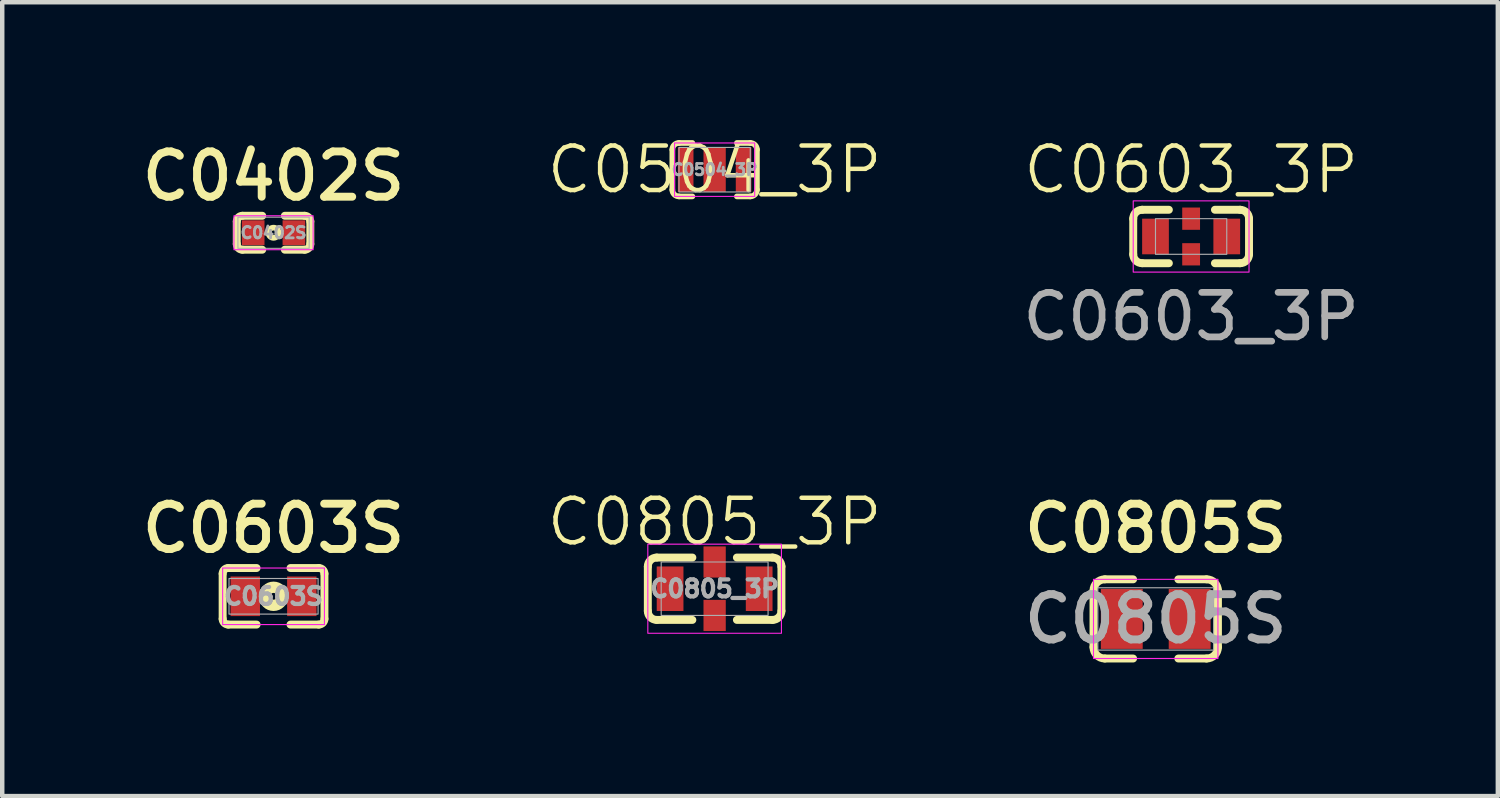
<source format=kicad_pcb>
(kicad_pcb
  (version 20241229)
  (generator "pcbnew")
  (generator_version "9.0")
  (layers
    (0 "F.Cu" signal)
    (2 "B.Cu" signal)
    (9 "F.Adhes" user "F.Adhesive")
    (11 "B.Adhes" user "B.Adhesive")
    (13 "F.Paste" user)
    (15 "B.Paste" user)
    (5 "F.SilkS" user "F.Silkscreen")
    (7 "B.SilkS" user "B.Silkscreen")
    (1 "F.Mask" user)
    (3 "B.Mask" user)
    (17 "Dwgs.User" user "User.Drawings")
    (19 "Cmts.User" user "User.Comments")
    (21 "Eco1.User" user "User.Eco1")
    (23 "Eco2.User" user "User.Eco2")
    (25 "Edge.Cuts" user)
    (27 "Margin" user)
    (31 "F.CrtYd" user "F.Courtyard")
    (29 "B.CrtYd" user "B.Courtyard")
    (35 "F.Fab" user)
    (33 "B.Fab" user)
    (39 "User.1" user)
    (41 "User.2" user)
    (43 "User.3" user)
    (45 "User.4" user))
  (footprint "C0603S"
    (layer "F.Cu")
    (at 3.092 10.339)
    (property "Reference" "C0603S" (at 0 -1.524 0) (layer "F.SilkS") (effects (font (size 1.016 1.016) (thickness 0.178))))
    (attr smd)
    (fp_line (start -1.143 -0.508) (end -1.143 0.508) (stroke (width 0.178) (type solid)) (layer "F.SilkS"))
    (fp_line (start -1.016 0.635) (end -0.381 0.635) (stroke (width 0.178) (type solid)) (layer "F.SilkS"))
    (fp_line (start -0.381 -0.635) (end -1.016 -0.635) (stroke (width 0.178) (type solid)) (layer "F.SilkS"))
    (fp_line (start 0.381 0.635) (end 1.016 0.635) (stroke (width 0.178) (type solid)) (layer "F.SilkS"))
    (fp_line (start 1.016 -0.635) (end 0.381 -0.635) (stroke (width 0.178) (type solid)) (layer "F.SilkS"))
    (fp_line (start 1.143 0.508) (end 1.143 -0.508) (stroke (width 0.178) (type solid)) (layer "F.SilkS"))
    (fp_arc (start -1.143 -0.508) (mid -1.105803 -0.597803) (end -1.016 -0.635) (stroke (width 0.1778) (type solid)) (layer "F.SilkS"))
    (fp_arc (start -1.016 0.635) (mid -1.105803 0.597803) (end -1.143 0.508) (stroke (width 0.1778) (type solid)) (layer "F.SilkS"))
    (fp_arc (start 1.016 -0.635) (mid 1.105803 -0.597803) (end 1.143 -0.508) (stroke (width 0.1778) (type solid)) (layer "F.SilkS"))
    (fp_arc (start 1.143 0.508) (mid 1.105803 0.597803) (end 1.016 0.635) (stroke (width 0.1778) (type solid)) (layer "F.SilkS"))
    (fp_circle (center 0 0) (end 0.076 0) (stroke (width 0.254) (type solid)) (fill no) (layer "F.SilkS"))
    (fp_rect (start -1.143 -0.635) (end 1.143 0.635) (stroke (width 0.025) (type solid)) (fill no) (layer "F.CrtYd"))
    (fp_rect (start -1 -0.4) (end 1 0.4) (stroke (width 0.025) (type solid)) (fill no) (layer "F.Fab"))
    (fp_text user "${REFERENCE}" (at 0 0 0) (layer "F.Fab") (effects (font (size 0.381 0.381) (thickness 0.095))))
    (pad "1" smd rect (at -0.635 0) (size 0.66 0.889) (layers "F.Cu" "F.Mask" "F.Paste"))
    (pad "2" smd rect (at 0.635 0) (size 0.66 0.889) (layers "F.Cu" "F.Mask" "F.Paste")))
  (footprint "C0805S"
    (layer "F.Cu")
    (at 22.9 10.847)
    (property "Reference" "C0805S" (at 0 -2.032 0) (layer "F.SilkS") (effects (font (size 1.016 1.016) (thickness 0.178))))
    (attr smd)
    (fp_line (start -1.397 -0.635) (end -1.397 0.635) (stroke (width 0.178) (type solid)) (layer "F.SilkS"))
    (fp_line (start -1.143 -0.889) (end -0.508 -0.889) (stroke (width 0.178) (type solid)) (layer "F.SilkS"))
    (fp_line (start -1.143 0.889) (end -0.508 0.889) (stroke (width 0.178) (type solid)) (layer "F.SilkS"))
    (fp_line (start 0.508 -0.889) (end 1.143 -0.889) (stroke (width 0.178) (type solid)) (layer "F.SilkS"))
    (fp_line (start 0.508 0.889) (end 1.143 0.889) (stroke (width 0.178) (type solid)) (layer "F.SilkS"))
    (fp_line (start 1.397 -0.635) (end 1.397 0.635) (stroke (width 0.178) (type solid)) (layer "F.SilkS"))
    (fp_arc (start -1.397 -0.635) (mid -1.322605 -0.814605) (end -1.143 -0.889) (stroke (width 0.1778) (type solid)) (layer "F.SilkS"))
    (fp_arc (start -1.143 0.889) (mid -1.322605 0.814605) (end -1.397 0.635) (stroke (width 0.1778) (type solid)) (layer "F.SilkS"))
    (fp_arc (start 1.143 -0.889) (mid 1.322605 -0.814605) (end 1.397 -0.635) (stroke (width 0.1778) (type solid)) (layer "F.SilkS"))
    (fp_arc (start 1.397 0.635) (mid 1.322605 0.814605) (end 1.143 0.889) (stroke (width 0.1778) (type solid)) (layer "F.SilkS"))
    (fp_rect (start -1.397 -0.889) (end 1.397 0.889) (stroke (width 0.025) (type solid)) (fill no) (layer "F.CrtYd"))
    (fp_rect (start -1.3 -0.7) (end 1.3 0.7) (stroke (width 0.025) (type solid)) (fill no) (layer "F.Fab"))
    (fp_text user "${REFERENCE}" (at 0 0 0) (layer "F.Fab") (effects (font (size 1.016 1.016) (thickness 0.178))))
    (pad "1" smd rect (at -0.762 0) (size 0.94 1.346) (layers "F.Cu" "F.Mask" "F.Paste"))
    (pad "2" smd rect (at 0.762 0) (size 0.94 1.346) (layers "F.Cu" "F.Mask" "F.Paste")))
  (footprint "C0603_3P"
    (layer "F.Cu")
    (at 23.695 2.26)
    (property "Reference" "C0603_3P" (at 0 -1.5 0) (unlocked yes) (layer "F.SilkS") (effects (font (size 1 1) (thickness 0.1))))
    (attr smd)
    (fp_line (start -1.3 -0.4) (end -1.3 0.4) (stroke (width 0.178) (type solid)) (layer "F.SilkS"))
    (fp_line (start -0.5 -0.6) (end -1.1 -0.6) (stroke (width 0.178) (type solid)) (layer "F.SilkS"))
    (fp_line (start -0.5 0.6) (end -1.1 0.6) (stroke (width 0.178) (type solid)) (layer "F.SilkS"))
    (fp_line (start 1.1 -0.6) (end 0.535 -0.6) (stroke (width 0.178) (type solid)) (layer "F.SilkS"))
    (fp_line (start 1.1 0.6) (end 0.535 0.6) (stroke (width 0.178) (type solid)) (layer "F.SilkS"))
    (fp_line (start 1.3 -0.4) (end 1.3 0.4) (stroke (width 0.178) (type solid)) (layer "F.SilkS"))
    (fp_arc (start -1.300001 -0.400001) (mid -1.241422 -0.541422) (end -1.100001 -0.600001) (stroke (width 0.1778) (type solid)) (layer "F.SilkS"))
    (fp_arc (start -1.100001 0.600001) (mid -1.241422 0.541422) (end -1.300001 0.400001) (stroke (width 0.1778) (type solid)) (layer "F.SilkS"))
    (fp_arc (start 1.100001 -0.600001) (mid 1.241422 -0.541422) (end 1.300001 -0.400001) (stroke (width 0.1778) (type solid)) (layer "F.SilkS"))
    (fp_arc (start 1.300001 0.400001) (mid 1.241422 0.541422) (end 1.100001 0.600001) (stroke (width 0.1778) (type solid)) (layer "F.SilkS"))
    (fp_rect (start -1.3 -0.8) (end 1.3 0.8) (stroke (width 0.025) (type default)) (fill no) (layer "F.CrtYd"))
    (fp_rect (start -0.8 -0.4) (end 0.8 0.4) (stroke (width 0.025) (type default)) (fill no) (layer "F.Fab"))
    (fp_text user "${REFERENCE}" (at 0 1.8 0) (unlocked yes) (layer "F.Fab") (effects (font (size 1 1) (thickness 0.15))))
    (pad "1" smd rect (at -0.8 0) (size 0.6 0.8) (layers "F.Cu" "F.Mask" "F.Paste"))
    (pad "2" smd rect (at 0 -0.4) (size 0.4 0.5) (layers "F.Cu" "F.Mask" "F.Paste"))
    (pad "2" smd rect (at 0 0.4) (size 0.4 0.5) (layers "F.Cu" "F.Mask" "F.Paste"))
    (pad "3" smd rect (at 0.8 0) (size 0.6 0.8) (layers "F.Cu" "F.Mask" "F.Paste")))
  (footprint "C0805_3P"
    (layer "F.Cu")
    (at 12.996 10.169)
    (property "Reference" "C0805_3P" (at 0 -1.5 0) (unlocked yes) (layer "F.SilkS") (effects (font (size 1 1) (thickness 0.1))))
    (attr smd)
    (fp_line (start -1.5 -0.5) (end -1.5 0.5) (stroke (width 0.178) (type solid)) (layer "F.SilkS"))
    (fp_line (start -0.5 -0.7) (end -1.3 -0.7) (stroke (width 0.178) (type solid)) (layer "F.SilkS"))
    (fp_line (start -0.5 0.7) (end -1.3 0.7) (stroke (width 0.178) (type solid)) (layer "F.SilkS"))
    (fp_line (start 1.3 -0.7) (end 0.5 -0.7) (stroke (width 0.178) (type solid)) (layer "F.SilkS"))
    (fp_line (start 1.3 0.7) (end 0.5 0.7) (stroke (width 0.178) (type solid)) (layer "F.SilkS"))
    (fp_line (start 1.5 -0.5) (end 1.5 0.5) (stroke (width 0.178) (type solid)) (layer "F.SilkS"))
    (fp_arc (start -1.5 -0.5) (mid -1.441421 -0.641421) (end -1.3 -0.7) (stroke (width 0.1778) (type solid)) (layer "F.SilkS"))
    (fp_arc (start -1.3 0.7) (mid -1.441421 0.641421) (end -1.5 0.5) (stroke (width 0.1778) (type solid)) (layer "F.SilkS"))
    (fp_arc (start 1.3 -0.7) (mid 1.441421 -0.641421) (end 1.5 -0.5) (stroke (width 0.1778) (type solid)) (layer "F.SilkS"))
    (fp_arc (start 1.5 0.5) (mid 1.441421 0.641421) (end 1.3 0.7) (stroke (width 0.1778) (type solid)) (layer "F.SilkS"))
    (fp_rect (start -1.5 -1) (end 1.5 1) (stroke (width 0.025) (type default)) (fill no) (layer "F.CrtYd"))
    (fp_rect (start -1.2 -0.6) (end 1.2 0.6) (stroke (width 0.025) (type solid)) (fill no) (layer "F.Fab"))
    (fp_text user "${REFERENCE}" (at 0 0 0) (unlocked yes) (layer "F.Fab") (effects (font (size 0.381 0.381) (thickness 0.095))))
    (pad "1" smd rect (at -1 0) (size 0.6 1) (layers "F.Cu" "F.Mask" "F.Paste"))
    (pad "2" smd rect (at 0 -0.6) (size 0.5 0.7) (layers "F.Cu" "F.Mask" "F.Paste"))
    (pad "2" smd rect (at 0 0.6) (size 0.5 0.7) (layers "F.Cu" "F.Mask" "F.Paste"))
    (pad "3" smd rect (at 1 0) (size 0.6 1) (layers "F.Cu" "F.Mask" "F.Paste")))
  (footprint "C0504_3P"
    (layer "F.Cu")
    (at 12.996 0.76)
    (property "Reference" "C0504_3P" (at 0 0 0) (unlocked yes) (layer "F.SilkS") (effects (font (size 1 1) (thickness 0.1))))
    (attr smd)
    (fp_line (start -0.95 -0.45) (end -0.95 0.45) (stroke (width 0.127) (type solid)) (layer "F.SilkS"))
    (fp_line (start -0.5 -0.6) (end -0.8 -0.6) (stroke (width 0.127) (type solid)) (layer "F.SilkS"))
    (fp_line (start -0.5 0.6) (end -0.8 0.6) (stroke (width 0.127) (type solid)) (layer "F.SilkS"))
    (fp_line (start 0.8 -0.6) (end 0.5 -0.6) (stroke (width 0.127) (type solid)) (layer "F.SilkS"))
    (fp_line (start 0.8 0.6) (end 0.5 0.6) (stroke (width 0.127) (type solid)) (layer "F.SilkS"))
    (fp_line (start 0.95 -0.45) (end 0.95 0.45) (stroke (width 0.127) (type solid)) (layer "F.SilkS"))
    (fp_arc (start -0.95 -0.45) (mid -0.906066 -0.556066) (end -0.8 -0.6) (stroke (width 0.127) (type solid)) (layer "F.SilkS"))
    (fp_arc (start -0.8 0.6) (mid -0.906066 0.556066) (end -0.95 0.45) (stroke (width 0.127) (type solid)) (layer "F.SilkS"))
    (fp_arc (start 0.8 -0.6) (mid 0.906066 -0.556066) (end 0.95 -0.45) (stroke (width 0.127) (type solid)) (layer "F.SilkS"))
    (fp_arc (start 0.95 0.45) (mid 0.906066 0.556066) (end 0.8 0.6) (stroke (width 0.127) (type solid)) (layer "F.SilkS"))
    (fp_rect (start -0.9 -0.6) (end 0.9 0.6) (stroke (width 0.025) (type default)) (fill no) (layer "F.CrtYd"))
    (fp_rect (start -0.8 -0.5) (end 0.8 0.5) (stroke (width 0.025) (type solid)) (fill no) (layer "F.Fab"))
    (fp_text user "${REFERENCE}" (at 0 0 0) (unlocked yes) (layer "F.Fab") (effects (font (size 0.254 0.254) (thickness 0.064))))
    (pad "1" smd rect (at -0.65 0) (size 0.35 1) (layers "F.Cu" "F.Mask" "F.Paste"))
    (pad "2" smd rect (at 0 0) (size 0.5 1) (layers "F.Cu" "F.Mask" "F.Paste"))
    (pad "3" smd rect (at 0.65 0) (size 0.35 1) (layers "F.Cu" "F.Mask" "F.Paste")))
  (footprint "C0402S"
    (layer "F.Cu")
    (at 3.092 2.176)
    (property "Reference" "C0402S" (at 0 -1.27 0) (layer "F.SilkS") (effects (font (size 1.016 1.016) (thickness 0.178))))
    (attr smd)
    (fp_line (start -0.826 0.254) (end -0.826 -0.254) (stroke (width 0.178) (type solid)) (layer "F.SilkS"))
    (fp_line (start -0.699 0.381) (end -0.254 0.381) (stroke (width 0.178) (type solid)) (layer "F.SilkS"))
    (fp_line (start -0.254 -0.381) (end -0.699 -0.381) (stroke (width 0.178) (type solid)) (layer "F.SilkS"))
    (fp_line (start 0.254 -0.381) (end 0.699 -0.381) (stroke (width 0.178) (type solid)) (layer "F.SilkS"))
    (fp_line (start 0.254 0.381) (end 0.699 0.381) (stroke (width 0.178) (type solid)) (layer "F.SilkS"))
    (fp_line (start 0.826 -0.254) (end 0.826 0.254) (stroke (width 0.178) (type solid)) (layer "F.SilkS"))
    (fp_arc (start -0.8255 -0.254) (mid -0.788303 -0.343803) (end -0.6985 -0.381) (stroke (width 0.1778) (type solid)) (layer "F.SilkS"))
    (fp_arc (start -0.6985 0.381) (mid -0.788303 0.343803) (end -0.8255 0.254) (stroke (width 0.1778) (type solid)) (layer "F.SilkS"))
    (fp_arc (start 0.6985 -0.381) (mid 0.788303 -0.343803) (end 0.8255 -0.254) (stroke (width 0.1778) (type solid)) (layer "F.SilkS"))
    (fp_arc (start 0.8255 0.254) (mid 0.788303 0.343803) (end 0.6985 0.381) (stroke (width 0.1778) (type solid)) (layer "F.SilkS"))
    (fp_circle (center 0 0) (end 0.051 0) (stroke (width 0.127) (type solid)) (fill no) (layer "F.SilkS"))
    (fp_rect (start -0.889 -0.381) (end 0.889 0.381) (stroke (width 0.025) (type solid)) (fill no) (layer "F.CrtYd"))
    (fp_rect (start -0.8 -0.35) (end 0.8 0.35) (stroke (width 0.025) (type solid)) (fill no) (layer "F.Fab"))
    (fp_text user "${REFERENCE}" (at 0 0 0) (layer "F.Fab") (effects (font (size 0.254 0.254) (thickness 0.064))))
    (pad "1" smd rect (at -0.457 0) (size 0.508 0.559) (layers "F.Cu" "F.Mask" "F.Paste"))
    (pad "2" smd rect (at 0.457 0) (size 0.508 0.559) (layers "F.Cu" "F.Mask" "F.Paste")))
  (gr_rect
    (start -3 -3)
    (end 30.582 14.825)
    (stroke (width 0.1) (type default))
    (fill no)
    (layer "Edge.Cuts")))
</source>
